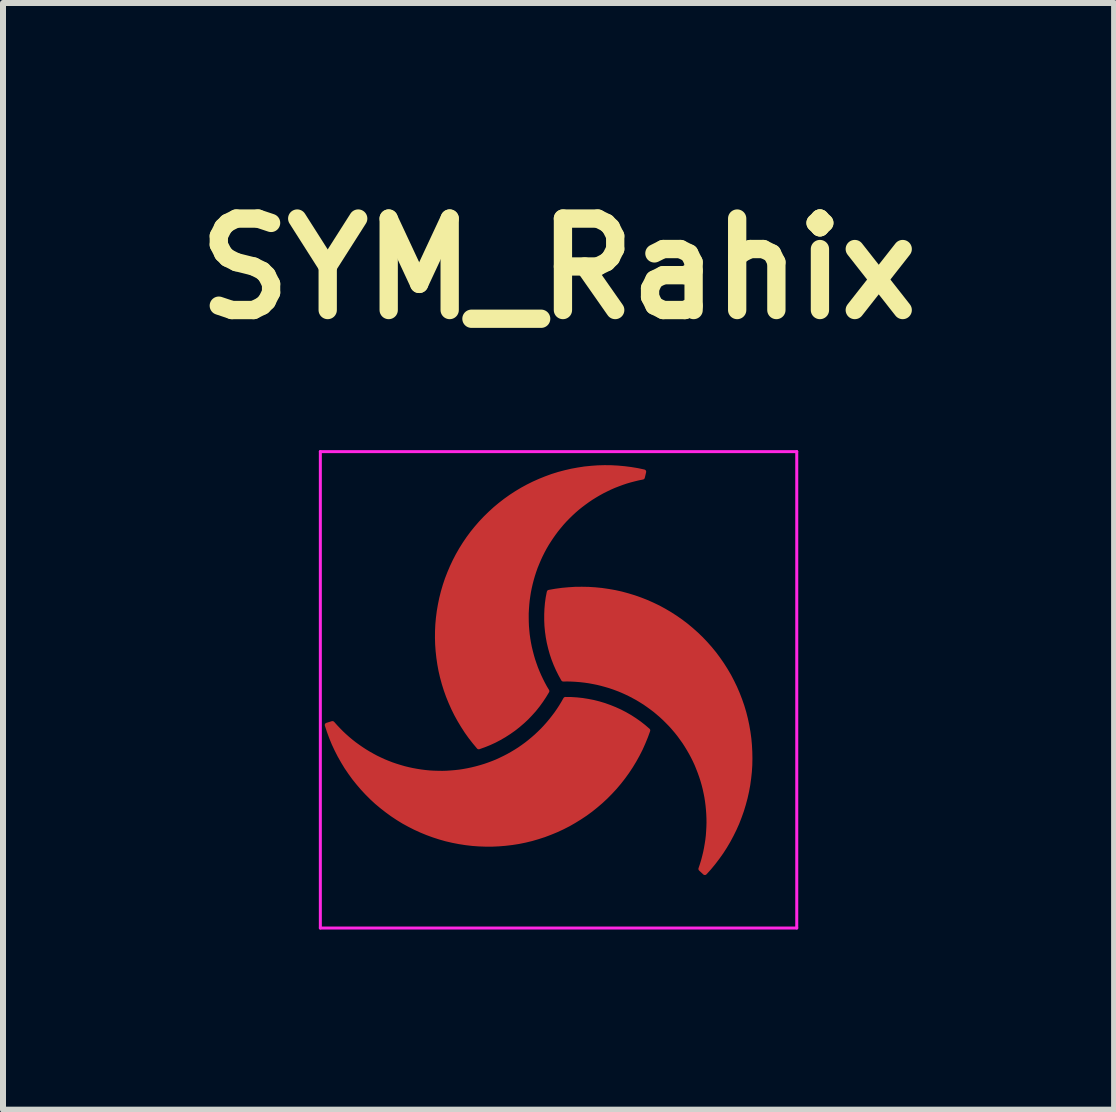
<source format=kicad_pcb>
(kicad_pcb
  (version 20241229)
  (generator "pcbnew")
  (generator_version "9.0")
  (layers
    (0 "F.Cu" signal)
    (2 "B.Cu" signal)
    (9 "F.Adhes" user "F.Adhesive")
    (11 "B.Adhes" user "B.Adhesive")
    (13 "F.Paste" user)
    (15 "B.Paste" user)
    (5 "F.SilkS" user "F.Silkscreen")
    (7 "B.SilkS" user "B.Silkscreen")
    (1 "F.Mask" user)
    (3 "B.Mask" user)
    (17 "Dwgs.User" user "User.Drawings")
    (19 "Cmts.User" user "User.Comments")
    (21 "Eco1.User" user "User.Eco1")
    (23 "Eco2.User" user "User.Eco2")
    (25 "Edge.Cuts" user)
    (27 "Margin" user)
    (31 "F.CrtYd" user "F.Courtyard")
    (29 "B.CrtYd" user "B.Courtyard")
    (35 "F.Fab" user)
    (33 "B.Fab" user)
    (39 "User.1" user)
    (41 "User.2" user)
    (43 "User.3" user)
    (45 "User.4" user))
  (footprint "SYM_Rahix"
    (layer "F.Cu")
    (at 6.256 8.443)
    (property "Reference" "SYM_Rahix" (at 0 -7.017 0) (layer "F.SilkS") (effects (font (size 1.524 1.524) (thickness 0.305))))
    (attr exclude_from_pos_files exclude_from_bom)
    (fp_poly (pts (xy -3.858 0.586) (xy -3.767 0.558) (xy -3.719 0.612) (xy -3.67 0.664) (xy -3.62 0.715) (xy -3.568 0.764) (xy -3.514 0.812) (xy -3.459 0.858) (xy -3.403 0.902) (xy -3.345 0.944) (xy -3.286 0.985) (xy -3.226 1.024) (xy -3.165 1.061) (xy -3.103 1.096) (xy -3.04 1.13) (xy -2.975 1.161) (xy -2.91 1.191) (xy -2.844 1.218) (xy -2.777 1.244) (xy -2.709 1.267) (xy -2.641 1.288) (xy -2.572 1.308) (xy -2.503 1.325) (xy -2.433 1.34) (xy -2.362 1.353) (xy -2.292 1.364) (xy -2.221 1.373) (xy -2.149 1.38) (xy -2.078 1.384) (xy -2.006 1.386) (xy -1.935 1.387) (xy -1.863 1.385) (xy -1.792 1.38) (xy -1.721 1.374) (xy -1.649 1.366) (xy -1.579 1.355) (xy -1.508 1.342) (xy -1.438 1.327) (xy -1.369 1.31) (xy -1.3 1.291) (xy -1.231 1.27) (xy -1.164 1.247) (xy -1.097 1.222) (xy -1.03 1.195) (xy -0.965 1.165) (xy -0.901 1.134) (xy -0.837 1.101) (xy -0.775 1.066) (xy -0.713 1.029) (xy -0.653 0.991) (xy -0.594 0.95) (xy -0.536 0.908) (xy -0.48 0.864) (xy -0.425 0.818) (xy -0.371 0.771) (xy -0.319 0.722) (xy -0.268 0.672) (xy -0.219 0.62) (xy -0.171 0.566) (xy -0.125 0.511) (xy -0.081 0.455) (xy -0.038 0.398) (xy 0.003 0.339) (xy 0.042 0.279) (xy 0.079 0.218) (xy 0.114 0.156) (xy 0.208 0.157) (xy 0.302 0.163) (xy 0.396 0.173) (xy 0.489 0.188) (xy 0.581 0.206) (xy 0.672 0.229) (xy 0.762 0.256) (xy 0.851 0.288) (xy 0.938 0.323) (xy 1.024 0.362) (xy 1.107 0.405) (xy 1.189 0.452) (xy 1.268 0.503) (xy 1.345 0.557) (xy 1.419 0.615) (xy 1.49 0.676) (xy 1.452 0.78) (xy 1.41 0.882) (xy 1.365 0.983) (xy 1.315 1.081) (xy 1.261 1.178) (xy 1.204 1.272) (xy 1.143 1.364) (xy 1.078 1.454) (xy 1.01 1.541) (xy 0.939 1.625) (xy 0.864 1.706) (xy 0.786 1.785) (xy 0.705 1.86) (xy 0.621 1.932) (xy 0.535 2.001) (xy 0.446 2.066) (xy 0.354 2.127) (xy 0.26 2.185) (xy 0.164 2.24) (xy 0.066 2.29) (xy -0.035 2.337) (xy -0.137 2.379) (xy -0.24 2.418) (xy -0.345 2.452) (xy -0.451 2.483) (xy -0.559 2.509) (xy -0.667 2.531) (xy -0.776 2.548) (xy -0.886 2.561) (xy -0.996 2.57) (xy -1.106 2.575) (xy -1.216 2.575) (xy -1.327 2.571) (xy -1.437 2.563) (xy -1.547 2.55) (xy -1.656 2.533) (xy -1.764 2.512) (xy -1.872 2.487) (xy -1.978 2.457) (xy -2.083 2.423) (xy -2.187 2.385) (xy -2.289 2.343) (xy -2.39 2.297) (xy -2.488 2.247) (xy -2.585 2.194) (xy -2.679 2.136) (xy -2.771 2.075) (xy -2.86 2.01) (xy -2.947 1.942) (xy -3.032 1.871) (xy -3.113 1.796) (xy -3.191 1.718) (xy -3.266 1.637) (xy -3.338 1.553) (xy -3.407 1.467) (xy -3.472 1.377) (xy -3.534 1.286) (xy -3.591 1.192) (xy -3.646 1.095) (xy -3.696 0.997) (xy -3.743 0.897) (xy -3.785 0.795) (xy -3.823 0.691) (xy -3.858 0.586) (xy -3.858 0.586)) (stroke (width 0.075) (type solid)) (fill yes) (layer "F.Cu"))
    (fp_poly (pts (xy 1.422 -3.634) (xy 1.4 -3.541) (xy 1.33 -3.527) (xy 1.26 -3.51) (xy 1.191 -3.492) (xy 1.123 -3.472) (xy 1.055 -3.449) (xy 0.988 -3.424) (xy 0.921 -3.398) (xy 0.855 -3.369) (xy 0.791 -3.338) (xy 0.727 -3.306) (xy 0.664 -3.271) (xy 0.603 -3.235) (xy 0.542 -3.197) (xy 0.483 -3.157) (xy 0.425 -3.115) (xy 0.368 -3.072) (xy 0.312 -3.027) (xy 0.258 -2.98) (xy 0.205 -2.931) (xy 0.154 -2.881) (xy 0.104 -2.83) (xy 0.056 -2.777) (xy 0.01 -2.722) (xy -0.035 -2.667) (xy -0.078 -2.609) (xy -0.119 -2.551) (xy -0.159 -2.491) (xy -0.197 -2.431) (xy -0.233 -2.369) (xy -0.267 -2.306) (xy -0.299 -2.242) (xy -0.329 -2.177) (xy -0.357 -2.111) (xy -0.384 -2.045) (xy -0.408 -1.977) (xy -0.43 -1.909) (xy -0.45 -1.84) (xy -0.468 -1.771) (xy -0.484 -1.701) (xy -0.498 -1.631) (xy -0.509 -1.56) (xy -0.519 -1.49) (xy -0.526 -1.418) (xy -0.531 -1.347) (xy -0.535 -1.275) (xy -0.535 -1.204) (xy -0.534 -1.132) (xy -0.531 -1.061) (xy -0.525 -0.989) (xy -0.518 -0.918) (xy -0.508 -0.847) (xy -0.496 -0.777) (xy -0.482 -0.707) (xy -0.465 -0.637) (xy -0.447 -0.568) (xy -0.427 -0.499) (xy -0.404 -0.431) (xy -0.38 -0.364) (xy -0.353 -0.297) (xy -0.325 -0.232) (xy -0.294 -0.167) (xy -0.262 -0.103) (xy -0.228 -0.04) (xy -0.191 0.021) (xy -0.24 0.102) (xy -0.292 0.18) (xy -0.347 0.256) (xy -0.406 0.33) (xy -0.469 0.4) (xy -0.534 0.468) (xy -0.603 0.532) (xy -0.674 0.593) (xy -0.748 0.651) (xy -0.825 0.705) (xy -0.904 0.756) (xy -0.985 0.803) (xy -1.069 0.847) (xy -1.154 0.886) (xy -1.241 0.921) (xy -1.33 0.953) (xy -1.401 0.868) (xy -1.469 0.781) (xy -1.533 0.691) (xy -1.593 0.598) (xy -1.65 0.503) (xy -1.703 0.407) (xy -1.752 0.308) (xy -1.797 0.207) (xy -1.839 0.104) (xy -1.876 0.000445) (xy -1.909 -0.105) (xy -1.938 -0.212) (xy -1.963 -0.319) (xy -1.983 -0.428) (xy -1.999 -0.537) (xy -2.011 -0.647) (xy -2.019 -0.757) (xy -2.022 -0.867) (xy -2.021 -0.978) (xy -2.016 -1.088) (xy -2.006 -1.198) (xy -1.992 -1.308) (xy -1.973 -1.417) (xy -1.951 -1.525) (xy -1.924 -1.632) (xy -1.893 -1.738) (xy -1.858 -1.843) (xy -1.818 -1.946) (xy -1.775 -2.047) (xy -1.728 -2.147) (xy -1.677 -2.245) (xy -1.622 -2.341) (xy -1.563 -2.435) (xy -1.501 -2.526) (xy -1.435 -2.615) (xy -1.365 -2.701) (xy -1.293 -2.784) (xy -1.217 -2.864) (xy -1.138 -2.941) (xy -1.056 -3.016) (xy -0.972 -3.086) (xy -0.884 -3.154) (xy -0.794 -3.218) (xy -0.702 -3.278) (xy -0.607 -3.335) (xy -0.51 -3.388) (xy -0.411 -3.437) (xy -0.31 -3.482) (xy -0.208 -3.523) (xy -0.104 -3.561) (xy 0.002 -3.594) (xy 0.108 -3.622) (xy 0.216 -3.647) (xy 0.325 -3.667) (xy 0.434 -3.684) (xy 0.544 -3.695) (xy 0.654 -3.703) (xy 0.764 -3.706) (xy 0.875 -3.705) (xy 0.985 -3.699) (xy 1.095 -3.689) (xy 1.205 -3.675) (xy 1.314 -3.657) (xy 1.422 -3.634) (xy 1.422 -3.634)) (stroke (width 0.075) (type solid)) (fill yes) (layer "F.Cu"))
    (fp_poly (pts (xy 2.437 3.048) (xy 2.367 2.983) (xy 2.39 2.915) (xy 2.411 2.847) (xy 2.429 2.778) (xy 2.446 2.708) (xy 2.46 2.638) (xy 2.472 2.568) (xy 2.483 2.497) (xy 2.491 2.426) (xy 2.496 2.354) (xy 2.5 2.283) (xy 2.502 2.211) (xy 2.501 2.14) (xy 2.498 2.068) (xy 2.493 1.997) (xy 2.486 1.925) (xy 2.477 1.854) (xy 2.466 1.784) (xy 2.452 1.713) (xy 2.437 1.644) (xy 2.419 1.574) (xy 2.399 1.505) (xy 2.377 1.437) (xy 2.353 1.37) (xy 2.327 1.303) (xy 2.3 1.237) (xy 2.27 1.172) (xy 2.238 1.108) (xy 2.204 1.045) (xy 2.168 0.983) (xy 2.131 0.922) (xy 2.092 0.862) (xy 2.05 0.804) (xy 2.008 0.746) (xy 1.963 0.69) (xy 1.917 0.636) (xy 1.869 0.582) (xy 1.819 0.531) (xy 1.768 0.48) (xy 1.716 0.432) (xy 1.662 0.385) (xy 1.607 0.339) (xy 1.55 0.296) (xy 1.492 0.254) (xy 1.433 0.213) (xy 1.372 0.175) (xy 1.311 0.138) (xy 1.248 0.104) (xy 1.185 0.071) (xy 1.12 0.04) (xy 1.055 0.011) (xy 0.988 -0.016) (xy 0.921 -0.041) (xy 0.853 -0.064) (xy 0.785 -0.084) (xy 0.716 -0.103) (xy 0.646 -0.12) (xy 0.576 -0.134) (xy 0.506 -0.147) (xy 0.435 -0.157) (xy 0.364 -0.165) (xy 0.292 -0.171) (xy 0.221 -0.175) (xy 0.149 -0.177) (xy 0.078 -0.176) (xy 0.032 -0.259) (xy -0.01 -0.343) (xy -0.048 -0.429) (xy -0.082 -0.516) (xy -0.112 -0.606) (xy -0.137 -0.696) (xy -0.159 -0.788) (xy -0.176 -0.88) (xy -0.189 -0.973) (xy -0.198 -1.067) (xy -0.202 -1.161) (xy -0.202 -1.255) (xy -0.198 -1.349) (xy -0.19 -1.442) (xy -0.177 -1.536) (xy -0.159 -1.628) (xy -0.051 -1.647) (xy 0.059 -1.662) (xy 0.169 -1.672) (xy 0.279 -1.679) (xy 0.39 -1.68) (xy 0.5 -1.678) (xy 0.61 -1.671) (xy 0.72 -1.66) (xy 0.829 -1.644) (xy 0.938 -1.625) (xy 1.046 -1.601) (xy 1.153 -1.572) (xy 1.258 -1.54) (xy 1.363 -1.503) (xy 1.465 -1.463) (xy 1.566 -1.418) (xy 1.666 -1.37) (xy 1.763 -1.317) (xy 1.858 -1.261) (xy 1.951 -1.201) (xy 2.041 -1.138) (xy 2.129 -1.071) (xy 2.214 -1) (xy 2.296 -0.927) (xy 2.376 -0.85) (xy 2.452 -0.77) (xy 2.525 -0.687) (xy 2.595 -0.602) (xy 2.661 -0.513) (xy 2.724 -0.422) (xy 2.783 -0.329) (xy 2.839 -0.234) (xy 2.89 -0.136) (xy 2.938 -0.037) (xy 2.982 0.065) (xy 3.022 0.168) (xy 3.058 0.272) (xy 3.09 0.378) (xy 3.117 0.485) (xy 3.14 0.593) (xy 3.159 0.702) (xy 3.174 0.811) (xy 3.184 0.921) (xy 3.19 1.032) (xy 3.192 1.142) (xy 3.19 1.253) (xy 3.183 1.363) (xy 3.171 1.473) (xy 3.156 1.582) (xy 3.136 1.691) (xy 3.112 1.798) (xy 3.083 1.905) (xy 3.051 2.011) (xy 3.014 2.115) (xy 2.974 2.218) (xy 2.929 2.319) (xy 2.88 2.418) (xy 2.828 2.515) (xy 2.772 2.61) (xy 2.712 2.703) (xy 2.648 2.793) (xy 2.581 2.881) (xy 2.511 2.966) (xy 2.437 3.048) (xy 2.437 3.048)) (stroke (width 0.075) (type solid)) (fill yes) (layer "F.Cu"))
    (fp_poly (pts (xy -3.858 0.586) (xy -3.767 0.558) (xy -3.719 0.612) (xy -3.67 0.664) (xy -3.62 0.715) (xy -3.568 0.764) (xy -3.514 0.812) (xy -3.459 0.858) (xy -3.403 0.902) (xy -3.345 0.944) (xy -3.286 0.985) (xy -3.226 1.024) (xy -3.165 1.061) (xy -3.103 1.096) (xy -3.04 1.13) (xy -2.975 1.161) (xy -2.91 1.191) (xy -2.844 1.218) (xy -2.777 1.244) (xy -2.709 1.267) (xy -2.641 1.288) (xy -2.572 1.308) (xy -2.503 1.325) (xy -2.433 1.34) (xy -2.362 1.353) (xy -2.292 1.364) (xy -2.221 1.373) (xy -2.149 1.38) (xy -2.078 1.384) (xy -2.006 1.386) (xy -1.935 1.387) (xy -1.863 1.385) (xy -1.792 1.38) (xy -1.721 1.374) (xy -1.649 1.366) (xy -1.579 1.355) (xy -1.508 1.342) (xy -1.438 1.327) (xy -1.369 1.31) (xy -1.3 1.291) (xy -1.231 1.27) (xy -1.164 1.247) (xy -1.097 1.222) (xy -1.03 1.195) (xy -0.965 1.165) (xy -0.901 1.134) (xy -0.837 1.101) (xy -0.775 1.066) (xy -0.713 1.029) (xy -0.653 0.991) (xy -0.594 0.95) (xy -0.536 0.908) (xy -0.48 0.864) (xy -0.425 0.818) (xy -0.371 0.771) (xy -0.319 0.722) (xy -0.268 0.672) (xy -0.219 0.62) (xy -0.171 0.566) (xy -0.125 0.511) (xy -0.081 0.455) (xy -0.038 0.398) (xy 0.003 0.339) (xy 0.042 0.279) (xy 0.079 0.218) (xy 0.114 0.156) (xy 0.208 0.157) (xy 0.302 0.163) (xy 0.396 0.173) (xy 0.489 0.188) (xy 0.581 0.206) (xy 0.672 0.229) (xy 0.762 0.256) (xy 0.851 0.288) (xy 0.938 0.323) (xy 1.024 0.362) (xy 1.107 0.405) (xy 1.189 0.452) (xy 1.268 0.503) (xy 1.345 0.557) (xy 1.419 0.615) (xy 1.49 0.676) (xy 1.452 0.78) (xy 1.41 0.882) (xy 1.365 0.983) (xy 1.315 1.081) (xy 1.261 1.178) (xy 1.204 1.272) (xy 1.143 1.364) (xy 1.078 1.454) (xy 1.01 1.541) (xy 0.939 1.625) (xy 0.864 1.706) (xy 0.786 1.785) (xy 0.705 1.86) (xy 0.621 1.932) (xy 0.535 2.001) (xy 0.446 2.066) (xy 0.354 2.127) (xy 0.26 2.185) (xy 0.164 2.24) (xy 0.066 2.29) (xy -0.035 2.337) (xy -0.137 2.379) (xy -0.24 2.418) (xy -0.345 2.452) (xy -0.451 2.483) (xy -0.559 2.509) (xy -0.667 2.531) (xy -0.776 2.548) (xy -0.886 2.561) (xy -0.996 2.57) (xy -1.106 2.575) (xy -1.216 2.575) (xy -1.327 2.571) (xy -1.437 2.563) (xy -1.547 2.55) (xy -1.656 2.533) (xy -1.764 2.512) (xy -1.872 2.487) (xy -1.978 2.457) (xy -2.083 2.423) (xy -2.187 2.385) (xy -2.289 2.343) (xy -2.39 2.297) (xy -2.488 2.247) (xy -2.585 2.194) (xy -2.679 2.136) (xy -2.771 2.075) (xy -2.86 2.01) (xy -2.947 1.942) (xy -3.032 1.871) (xy -3.113 1.796) (xy -3.191 1.718) (xy -3.266 1.637) (xy -3.338 1.553) (xy -3.407 1.467) (xy -3.472 1.377) (xy -3.534 1.286) (xy -3.591 1.192) (xy -3.646 1.095) (xy -3.696 0.997) (xy -3.743 0.897) (xy -3.785 0.795) (xy -3.823 0.691) (xy -3.858 0.586) (xy -3.858 0.586)) (stroke (width 0.075) (type solid)) (fill yes) (layer "F.Mask"))
    (fp_poly (pts (xy 1.422 -3.634) (xy 1.4 -3.541) (xy 1.33 -3.527) (xy 1.26 -3.51) (xy 1.191 -3.492) (xy 1.123 -3.472) (xy 1.055 -3.449) (xy 0.988 -3.424) (xy 0.921 -3.398) (xy 0.855 -3.369) (xy 0.791 -3.338) (xy 0.727 -3.306) (xy 0.664 -3.271) (xy 0.603 -3.235) (xy 0.542 -3.197) (xy 0.483 -3.157) (xy 0.425 -3.115) (xy 0.368 -3.072) (xy 0.312 -3.027) (xy 0.258 -2.98) (xy 0.205 -2.931) (xy 0.154 -2.881) (xy 0.104 -2.83) (xy 0.056 -2.777) (xy 0.01 -2.722) (xy -0.035 -2.667) (xy -0.078 -2.609) (xy -0.119 -2.551) (xy -0.159 -2.491) (xy -0.197 -2.431) (xy -0.233 -2.369) (xy -0.267 -2.306) (xy -0.299 -2.242) (xy -0.329 -2.177) (xy -0.357 -2.111) (xy -0.384 -2.045) (xy -0.408 -1.977) (xy -0.43 -1.909) (xy -0.45 -1.84) (xy -0.468 -1.771) (xy -0.484 -1.701) (xy -0.498 -1.631) (xy -0.509 -1.56) (xy -0.519 -1.49) (xy -0.526 -1.418) (xy -0.531 -1.347) (xy -0.535 -1.275) (xy -0.535 -1.204) (xy -0.534 -1.132) (xy -0.531 -1.061) (xy -0.525 -0.989) (xy -0.518 -0.918) (xy -0.508 -0.847) (xy -0.496 -0.777) (xy -0.482 -0.707) (xy -0.465 -0.637) (xy -0.447 -0.568) (xy -0.427 -0.499) (xy -0.404 -0.431) (xy -0.38 -0.364) (xy -0.353 -0.297) (xy -0.325 -0.232) (xy -0.294 -0.167) (xy -0.262 -0.103) (xy -0.228 -0.04) (xy -0.191 0.021) (xy -0.24 0.102) (xy -0.292 0.18) (xy -0.347 0.256) (xy -0.406 0.33) (xy -0.469 0.4) (xy -0.534 0.468) (xy -0.603 0.532) (xy -0.674 0.593) (xy -0.748 0.651) (xy -0.825 0.705) (xy -0.904 0.756) (xy -0.985 0.803) (xy -1.069 0.847) (xy -1.154 0.886) (xy -1.241 0.921) (xy -1.33 0.953) (xy -1.401 0.868) (xy -1.469 0.781) (xy -1.533 0.691) (xy -1.593 0.598) (xy -1.65 0.503) (xy -1.703 0.407) (xy -1.752 0.308) (xy -1.797 0.207) (xy -1.839 0.104) (xy -1.876 0.000445) (xy -1.909 -0.105) (xy -1.938 -0.212) (xy -1.963 -0.319) (xy -1.983 -0.428) (xy -1.999 -0.537) (xy -2.011 -0.647) (xy -2.019 -0.757) (xy -2.022 -0.867) (xy -2.021 -0.978) (xy -2.016 -1.088) (xy -2.006 -1.198) (xy -1.992 -1.308) (xy -1.973 -1.417) (xy -1.951 -1.525) (xy -1.924 -1.632) (xy -1.893 -1.738) (xy -1.858 -1.843) (xy -1.818 -1.946) (xy -1.775 -2.047) (xy -1.728 -2.147) (xy -1.677 -2.245) (xy -1.622 -2.341) (xy -1.563 -2.435) (xy -1.501 -2.526) (xy -1.435 -2.615) (xy -1.365 -2.701) (xy -1.293 -2.784) (xy -1.217 -2.864) (xy -1.138 -2.941) (xy -1.056 -3.016) (xy -0.972 -3.086) (xy -0.884 -3.154) (xy -0.794 -3.218) (xy -0.702 -3.278) (xy -0.607 -3.335) (xy -0.51 -3.388) (xy -0.411 -3.437) (xy -0.31 -3.482) (xy -0.208 -3.523) (xy -0.104 -3.561) (xy 0.002 -3.594) (xy 0.108 -3.622) (xy 0.216 -3.647) (xy 0.325 -3.667) (xy 0.434 -3.684) (xy 0.544 -3.695) (xy 0.654 -3.703) (xy 0.764 -3.706) (xy 0.875 -3.705) (xy 0.985 -3.699) (xy 1.095 -3.689) (xy 1.205 -3.675) (xy 1.314 -3.657) (xy 1.422 -3.634) (xy 1.422 -3.634)) (stroke (width 0.075) (type solid)) (fill yes) (layer "F.Mask"))
    (fp_poly (pts (xy 2.437 3.048) (xy 2.367 2.983) (xy 2.39 2.915) (xy 2.411 2.847) (xy 2.429 2.778) (xy 2.446 2.708) (xy 2.46 2.638) (xy 2.472 2.568) (xy 2.483 2.497) (xy 2.491 2.426) (xy 2.496 2.354) (xy 2.5 2.283) (xy 2.502 2.211) (xy 2.501 2.14) (xy 2.498 2.068) (xy 2.493 1.997) (xy 2.486 1.925) (xy 2.477 1.854) (xy 2.466 1.784) (xy 2.452 1.713) (xy 2.437 1.644) (xy 2.419 1.574) (xy 2.399 1.505) (xy 2.377 1.437) (xy 2.353 1.37) (xy 2.327 1.303) (xy 2.3 1.237) (xy 2.27 1.172) (xy 2.238 1.108) (xy 2.204 1.045) (xy 2.168 0.983) (xy 2.131 0.922) (xy 2.092 0.862) (xy 2.05 0.804) (xy 2.008 0.746) (xy 1.963 0.69) (xy 1.917 0.636) (xy 1.869 0.582) (xy 1.819 0.531) (xy 1.768 0.48) (xy 1.716 0.432) (xy 1.662 0.385) (xy 1.607 0.339) (xy 1.55 0.296) (xy 1.492 0.254) (xy 1.433 0.213) (xy 1.372 0.175) (xy 1.311 0.138) (xy 1.248 0.104) (xy 1.185 0.071) (xy 1.12 0.04) (xy 1.055 0.011) (xy 0.988 -0.016) (xy 0.921 -0.041) (xy 0.853 -0.064) (xy 0.785 -0.084) (xy 0.716 -0.103) (xy 0.646 -0.12) (xy 0.576 -0.134) (xy 0.506 -0.147) (xy 0.435 -0.157) (xy 0.364 -0.165) (xy 0.292 -0.171) (xy 0.221 -0.175) (xy 0.149 -0.177) (xy 0.078 -0.176) (xy 0.032 -0.259) (xy -0.01 -0.343) (xy -0.048 -0.429) (xy -0.082 -0.516) (xy -0.112 -0.606) (xy -0.137 -0.696) (xy -0.159 -0.788) (xy -0.176 -0.88) (xy -0.189 -0.973) (xy -0.198 -1.067) (xy -0.202 -1.161) (xy -0.202 -1.255) (xy -0.198 -1.349) (xy -0.19 -1.442) (xy -0.177 -1.536) (xy -0.159 -1.628) (xy -0.051 -1.647) (xy 0.059 -1.662) (xy 0.169 -1.672) (xy 0.279 -1.679) (xy 0.39 -1.68) (xy 0.5 -1.678) (xy 0.61 -1.671) (xy 0.72 -1.66) (xy 0.829 -1.644) (xy 0.938 -1.625) (xy 1.046 -1.601) (xy 1.153 -1.572) (xy 1.258 -1.54) (xy 1.363 -1.503) (xy 1.465 -1.463) (xy 1.566 -1.418) (xy 1.666 -1.37) (xy 1.763 -1.317) (xy 1.858 -1.261) (xy 1.951 -1.201) (xy 2.041 -1.138) (xy 2.129 -1.071) (xy 2.214 -1) (xy 2.296 -0.927) (xy 2.376 -0.85) (xy 2.452 -0.77) (xy 2.525 -0.687) (xy 2.595 -0.602) (xy 2.661 -0.513) (xy 2.724 -0.422) (xy 2.783 -0.329) (xy 2.839 -0.234) (xy 2.89 -0.136) (xy 2.938 -0.037) (xy 2.982 0.065) (xy 3.022 0.168) (xy 3.058 0.272) (xy 3.09 0.378) (xy 3.117 0.485) (xy 3.14 0.593) (xy 3.159 0.702) (xy 3.174 0.811) (xy 3.184 0.921) (xy 3.19 1.032) (xy 3.192 1.142) (xy 3.19 1.253) (xy 3.183 1.363) (xy 3.171 1.473) (xy 3.156 1.582) (xy 3.136 1.691) (xy 3.112 1.798) (xy 3.083 1.905) (xy 3.051 2.011) (xy 3.014 2.115) (xy 2.974 2.218) (xy 2.929 2.319) (xy 2.88 2.418) (xy 2.828 2.515) (xy 2.772 2.61) (xy 2.712 2.703) (xy 2.648 2.793) (xy 2.581 2.881) (xy 2.511 2.966) (xy 2.437 3.048) (xy 2.437 3.048)) (stroke (width 0.075) (type solid)) (fill yes) (layer "F.Mask"))
    (fp_line (start -3.969 -3.969) (end -3.969 3.968) (stroke (width 0.05) (type solid)) (layer "F.CrtYd"))
    (fp_line (start -3.969 3.968) (end 3.968 3.968) (stroke (width 0.05) (type solid)) (layer "F.CrtYd"))
    (fp_line (start 3.968 -3.969) (end -3.969 -3.969) (stroke (width 0.05) (type solid)) (layer "F.CrtYd"))
    (fp_line (start 3.968 3.968) (end 3.968 -3.969) (stroke (width 0.05) (type solid)) (layer "F.CrtYd")))
  (gr_rect
    (start -3 -3)
    (end 15.511 15.437)
    (stroke (width 0.1) (type default))
    (fill no)
    (layer "Edge.Cuts")))
</source>
